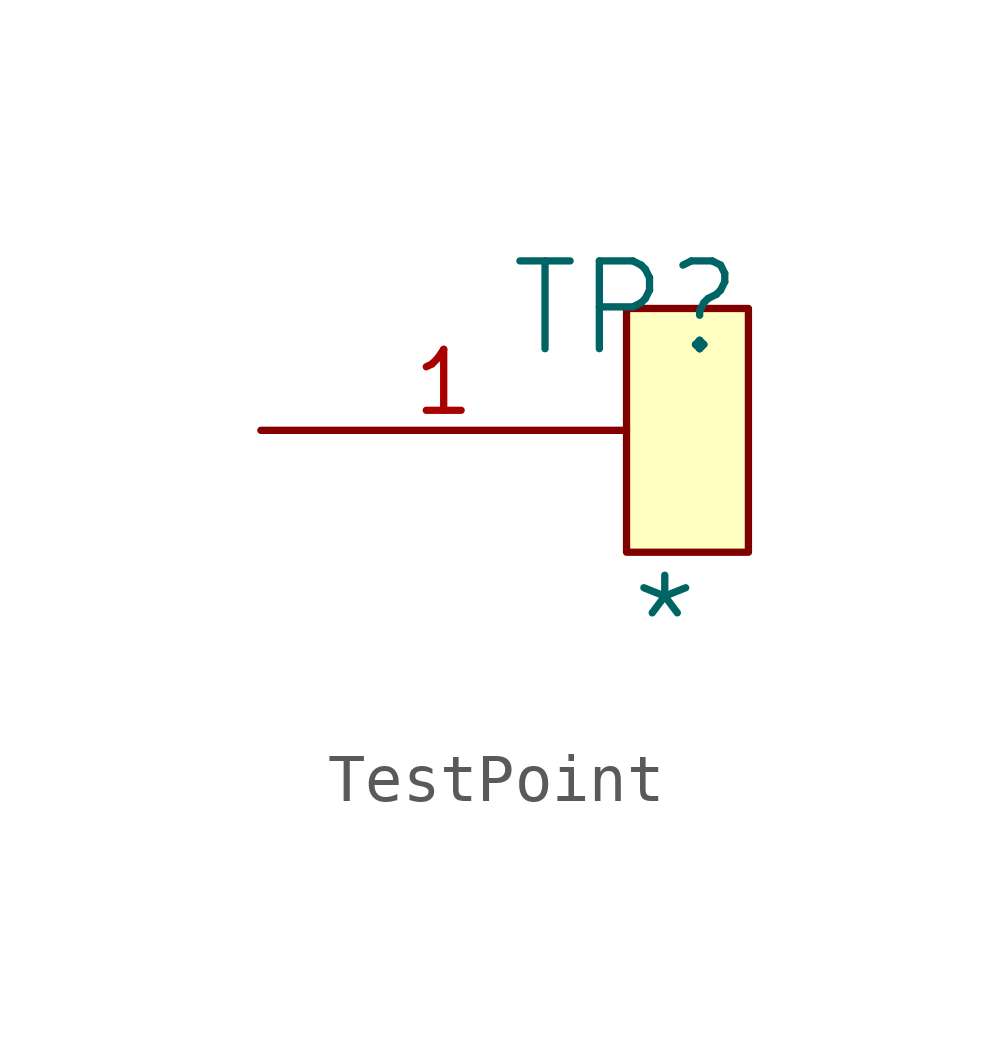
<source format=kicad_sym>
(kicad_symbol_lib
  (version 20241209)
  (generator "kicad_symbol_editor")
  (generator_version "9.0")
  (symbol "TestPoint"
    (pin_names
      (hide yes))
    (property "Reference" "TP"
      (at 0 0 0)
      (effects (font (size 1.829 1.829))))
    (property "Value" "*"
      (at 0 -7.62 0)
      (effects (font (size 1.829 1.829)) (justify left bottom)))
    (symbol "TestPoint_1_0"
      (rectangle (start 2.54 0) (end 0 -5.08) (stroke (width 0) (type solid) (color 128 0 0 1)) (fill (type background)))
      (pin passive line (at -7.62 -2.54 0) (length 7.62) (name "1" (effects (font (size 1.27 1.27)))) (number "1" (effects (font (size 1.27 1.27))))))))
</source>
